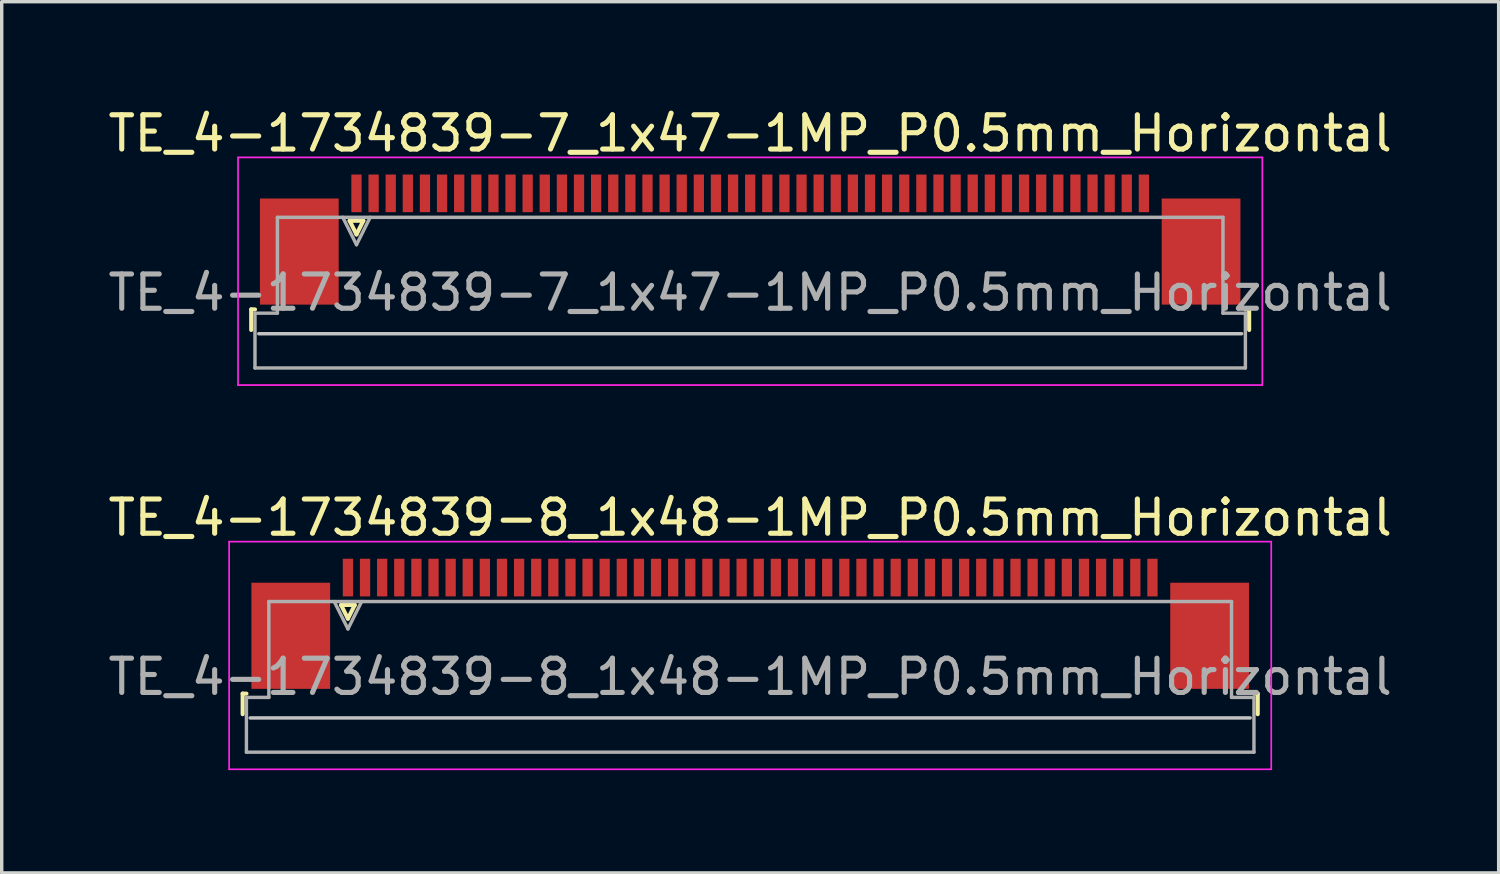
<source format=kicad_pcb>
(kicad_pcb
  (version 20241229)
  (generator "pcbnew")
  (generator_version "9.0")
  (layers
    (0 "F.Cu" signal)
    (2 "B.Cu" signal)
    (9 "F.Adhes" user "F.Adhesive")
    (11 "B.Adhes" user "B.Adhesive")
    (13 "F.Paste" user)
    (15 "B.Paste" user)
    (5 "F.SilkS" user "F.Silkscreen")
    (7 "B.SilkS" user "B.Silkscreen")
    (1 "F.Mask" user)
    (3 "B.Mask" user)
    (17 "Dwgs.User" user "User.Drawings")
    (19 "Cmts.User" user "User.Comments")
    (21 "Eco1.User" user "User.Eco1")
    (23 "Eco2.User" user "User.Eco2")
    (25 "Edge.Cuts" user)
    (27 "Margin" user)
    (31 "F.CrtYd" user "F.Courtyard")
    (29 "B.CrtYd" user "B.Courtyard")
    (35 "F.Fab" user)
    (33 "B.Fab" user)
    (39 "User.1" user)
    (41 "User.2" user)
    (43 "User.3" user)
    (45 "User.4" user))
  (footprint "TE_4-1734839-8_1x48-1MP_P0.5mm_Horizontal"
    (layer "F.Cu")
    (at 18.863 15.171)
    (property "Reference" "TE_4-1734839-8_1x48-1MP_P0.5mm_Horizontal" (at 0 -3.1 0) (layer "F.SilkS") (effects (font (size 1 1) (thickness 0.15))))
    (attr smd)
    (fp_line (start -14.825 2.04) (end -14.825 2.64) (stroke (width 0.12) (type solid)) (layer "F.SilkS"))
    (fp_line (start -14.715 2.04) (end -14.825 2.04) (stroke (width 0.12) (type solid)) (layer "F.SilkS"))
    (fp_line (start -11.95 -0.55) (end -11.75 -0.15) (stroke (width 0.12) (type solid)) (layer "F.SilkS"))
    (fp_line (start -11.75 -0.15) (end -11.55 -0.55) (stroke (width 0.12) (type solid)) (layer "F.SilkS"))
    (fp_line (start -11.55 -0.55) (end -11.95 -0.55) (stroke (width 0.12) (type solid)) (layer "F.SilkS"))
    (fp_line (start 14.715 2.04) (end 14.825 2.04) (stroke (width 0.12) (type solid)) (layer "F.SilkS"))
    (fp_line (start 14.825 2.04) (end 14.825 2.64) (stroke (width 0.12) (type solid)) (layer "F.SilkS"))
    (fp_line (start 14.605 2.75) (end -14.605 2.75) (stroke (width 0.1) (type solid)) (layer "Dwgs.User"))
    (fp_line (start -15.22 -2.4) (end -15.22 4.25) (stroke (width 0.05) (type solid)) (layer "F.CrtYd"))
    (fp_line (start -15.22 4.25) (end 15.22 4.25) (stroke (width 0.05) (type solid)) (layer "F.CrtYd"))
    (fp_line (start 15.22 -2.4) (end -15.22 -2.4) (stroke (width 0.05) (type solid)) (layer "F.CrtYd"))
    (fp_line (start 15.22 4.25) (end 15.22 -2.4) (stroke (width 0.05) (type solid)) (layer "F.CrtYd"))
    (fp_line (start -14.715 2.15) (end -14.06 2.15) (stroke (width 0.1) (type solid)) (layer "F.Fab"))
    (fp_line (start -14.715 3.75) (end -14.715 2.15) (stroke (width 0.1) (type solid)) (layer "F.Fab"))
    (fp_line (start -14.06 -0.65) (end 14.06 -0.65) (stroke (width 0.1) (type solid)) (layer "F.Fab"))
    (fp_line (start -14.06 2.15) (end -14.06 -0.65) (stroke (width 0.1) (type solid)) (layer "F.Fab"))
    (fp_line (start -12.15 -0.65) (end -11.75 0.15) (stroke (width 0.1) (type solid)) (layer "F.Fab"))
    (fp_line (start -11.75 0.15) (end -11.35 -0.65) (stroke (width 0.1) (type solid)) (layer "F.Fab"))
    (fp_line (start 14.06 -0.65) (end 14.06 2.15) (stroke (width 0.1) (type solid)) (layer "F.Fab"))
    (fp_line (start 14.06 2.15) (end 14.715 2.15) (stroke (width 0.1) (type solid)) (layer "F.Fab"))
    (fp_line (start 14.715 2.15) (end 14.715 3.75) (stroke (width 0.1) (type solid)) (layer "F.Fab"))
    (fp_line (start 14.715 3.75) (end -14.715 3.75) (stroke (width 0.1) (type solid)) (layer "F.Fab"))
    (fp_text user "${REFERENCE}" (at 0 1.55 0) (layer "F.Fab") (effects (font (size 1 1) (thickness 0.15))))
    (pad "1" smd rect (at -11.75 -1.35) (size 0.3 1.1) (layers "F.Cu" "F.Mask" "F.Paste"))
    (pad "2" smd rect (at -11.25 -1.35) (size 0.3 1.1) (layers "F.Cu" "F.Mask" "F.Paste"))
    (pad "3" smd rect (at -10.75 -1.35) (size 0.3 1.1) (layers "F.Cu" "F.Mask" "F.Paste"))
    (pad "4" smd rect (at -10.25 -1.35) (size 0.3 1.1) (layers "F.Cu" "F.Mask" "F.Paste"))
    (pad "5" smd rect (at -9.75 -1.35) (size 0.3 1.1) (layers "F.Cu" "F.Mask" "F.Paste"))
    (pad "6" smd rect (at -9.25 -1.35) (size 0.3 1.1) (layers "F.Cu" "F.Mask" "F.Paste"))
    (pad "7" smd rect (at -8.75 -1.35) (size 0.3 1.1) (layers "F.Cu" "F.Mask" "F.Paste"))
    (pad "8" smd rect (at -8.25 -1.35) (size 0.3 1.1) (layers "F.Cu" "F.Mask" "F.Paste"))
    (pad "9" smd rect (at -7.75 -1.35) (size 0.3 1.1) (layers "F.Cu" "F.Mask" "F.Paste"))
    (pad "10" smd rect (at -7.25 -1.35) (size 0.3 1.1) (layers "F.Cu" "F.Mask" "F.Paste"))
    (pad "11" smd rect (at -6.75 -1.35) (size 0.3 1.1) (layers "F.Cu" "F.Mask" "F.Paste"))
    (pad "12" smd rect (at -6.25 -1.35) (size 0.3 1.1) (layers "F.Cu" "F.Mask" "F.Paste"))
    (pad "13" smd rect (at -5.75 -1.35) (size 0.3 1.1) (layers "F.Cu" "F.Mask" "F.Paste"))
    (pad "14" smd rect (at -5.25 -1.35) (size 0.3 1.1) (layers "F.Cu" "F.Mask" "F.Paste"))
    (pad "15" smd rect (at -4.75 -1.35) (size 0.3 1.1) (layers "F.Cu" "F.Mask" "F.Paste"))
    (pad "16" smd rect (at -4.25 -1.35) (size 0.3 1.1) (layers "F.Cu" "F.Mask" "F.Paste"))
    (pad "17" smd rect (at -3.75 -1.35) (size 0.3 1.1) (layers "F.Cu" "F.Mask" "F.Paste"))
    (pad "18" smd rect (at -3.25 -1.35) (size 0.3 1.1) (layers "F.Cu" "F.Mask" "F.Paste"))
    (pad "19" smd rect (at -2.75 -1.35) (size 0.3 1.1) (layers "F.Cu" "F.Mask" "F.Paste"))
    (pad "20" smd rect (at -2.25 -1.35) (size 0.3 1.1) (layers "F.Cu" "F.Mask" "F.Paste"))
    (pad "21" smd rect (at -1.75 -1.35) (size 0.3 1.1) (layers "F.Cu" "F.Mask" "F.Paste"))
    (pad "22" smd rect (at -1.25 -1.35) (size 0.3 1.1) (layers "F.Cu" "F.Mask" "F.Paste"))
    (pad "23" smd rect (at -0.75 -1.35) (size 0.3 1.1) (layers "F.Cu" "F.Mask" "F.Paste"))
    (pad "24" smd rect (at -0.25 -1.35) (size 0.3 1.1) (layers "F.Cu" "F.Mask" "F.Paste"))
    (pad "25" smd rect (at 0.25 -1.35) (size 0.3 1.1) (layers "F.Cu" "F.Mask" "F.Paste"))
    (pad "26" smd rect (at 0.75 -1.35) (size 0.3 1.1) (layers "F.Cu" "F.Mask" "F.Paste"))
    (pad "27" smd rect (at 1.25 -1.35) (size 0.3 1.1) (layers "F.Cu" "F.Mask" "F.Paste"))
    (pad "28" smd rect (at 1.75 -1.35) (size 0.3 1.1) (layers "F.Cu" "F.Mask" "F.Paste"))
    (pad "29" smd rect (at 2.25 -1.35) (size 0.3 1.1) (layers "F.Cu" "F.Mask" "F.Paste"))
    (pad "30" smd rect (at 2.75 -1.35) (size 0.3 1.1) (layers "F.Cu" "F.Mask" "F.Paste"))
    (pad "31" smd rect (at 3.25 -1.35) (size 0.3 1.1) (layers "F.Cu" "F.Mask" "F.Paste"))
    (pad "32" smd rect (at 3.75 -1.35) (size 0.3 1.1) (layers "F.Cu" "F.Mask" "F.Paste"))
    (pad "33" smd rect (at 4.25 -1.35) (size 0.3 1.1) (layers "F.Cu" "F.Mask" "F.Paste"))
    (pad "34" smd rect (at 4.75 -1.35) (size 0.3 1.1) (layers "F.Cu" "F.Mask" "F.Paste"))
    (pad "35" smd rect (at 5.25 -1.35) (size 0.3 1.1) (layers "F.Cu" "F.Mask" "F.Paste"))
    (pad "36" smd rect (at 5.75 -1.35) (size 0.3 1.1) (layers "F.Cu" "F.Mask" "F.Paste"))
    (pad "37" smd rect (at 6.25 -1.35) (size 0.3 1.1) (layers "F.Cu" "F.Mask" "F.Paste"))
    (pad "38" smd rect (at 6.75 -1.35) (size 0.3 1.1) (layers "F.Cu" "F.Mask" "F.Paste"))
    (pad "39" smd rect (at 7.25 -1.35) (size 0.3 1.1) (layers "F.Cu" "F.Mask" "F.Paste"))
    (pad "40" smd rect (at 7.75 -1.35) (size 0.3 1.1) (layers "F.Cu" "F.Mask" "F.Paste"))
    (pad "41" smd rect (at 8.25 -1.35) (size 0.3 1.1) (layers "F.Cu" "F.Mask" "F.Paste"))
    (pad "42" smd rect (at 8.75 -1.35) (size 0.3 1.1) (layers "F.Cu" "F.Mask" "F.Paste"))
    (pad "43" smd rect (at 9.25 -1.35) (size 0.3 1.1) (layers "F.Cu" "F.Mask" "F.Paste"))
    (pad "44" smd rect (at 9.75 -1.35) (size 0.3 1.1) (layers "F.Cu" "F.Mask" "F.Paste"))
    (pad "45" smd rect (at 10.25 -1.35) (size 0.3 1.1) (layers "F.Cu" "F.Mask" "F.Paste"))
    (pad "46" smd rect (at 10.75 -1.35) (size 0.3 1.1) (layers "F.Cu" "F.Mask" "F.Paste"))
    (pad "47" smd rect (at 11.25 -1.35) (size 0.3 1.1) (layers "F.Cu" "F.Mask" "F.Paste"))
    (pad "48" smd rect (at 11.75 -1.35) (size 0.3 1.1) (layers "F.Cu" "F.Mask" "F.Paste"))
    (pad "MP" smd rect (at -13.42 0.35) (size 2.3 3.1) (layers "F.Cu" "F.Mask" "F.Paste"))
    (pad "MP" smd rect (at 13.42 0.35) (size 2.3 3.1) (layers "F.Cu" "F.Mask" "F.Paste")))
  (footprint "TE_4-1734839-7_1x47-1MP_P0.5mm_Horizontal"
    (layer "F.Cu")
    (at 18.863 3.948)
    (property "Reference" "TE_4-1734839-7_1x47-1MP_P0.5mm_Horizontal" (at 0 -3.1 0) (layer "F.SilkS") (effects (font (size 1 1) (thickness 0.15))))
    (attr smd)
    (fp_line (start -14.575 2.04) (end -14.575 2.64) (stroke (width 0.12) (type solid)) (layer "F.SilkS"))
    (fp_line (start -14.465 2.04) (end -14.575 2.04) (stroke (width 0.12) (type solid)) (layer "F.SilkS"))
    (fp_line (start -11.7 -0.55) (end -11.5 -0.15) (stroke (width 0.12) (type solid)) (layer "F.SilkS"))
    (fp_line (start -11.5 -0.15) (end -11.3 -0.55) (stroke (width 0.12) (type solid)) (layer "F.SilkS"))
    (fp_line (start -11.3 -0.55) (end -11.7 -0.55) (stroke (width 0.12) (type solid)) (layer "F.SilkS"))
    (fp_line (start 14.465 2.04) (end 14.575 2.04) (stroke (width 0.12) (type solid)) (layer "F.SilkS"))
    (fp_line (start 14.575 2.04) (end 14.575 2.64) (stroke (width 0.12) (type solid)) (layer "F.SilkS"))
    (fp_line (start 14.355 2.75) (end -14.355 2.75) (stroke (width 0.1) (type solid)) (layer "Dwgs.User"))
    (fp_line (start -14.96 -2.4) (end -14.96 4.25) (stroke (width 0.05) (type solid)) (layer "F.CrtYd"))
    (fp_line (start -14.96 4.25) (end 14.96 4.25) (stroke (width 0.05) (type solid)) (layer "F.CrtYd"))
    (fp_line (start 14.96 -2.4) (end -14.96 -2.4) (stroke (width 0.05) (type solid)) (layer "F.CrtYd"))
    (fp_line (start 14.96 4.25) (end 14.96 -2.4) (stroke (width 0.05) (type solid)) (layer "F.CrtYd"))
    (fp_line (start -14.465 2.15) (end -13.81 2.15) (stroke (width 0.1) (type solid)) (layer "F.Fab"))
    (fp_line (start -14.465 3.75) (end -14.465 2.15) (stroke (width 0.1) (type solid)) (layer "F.Fab"))
    (fp_line (start -13.81 -0.65) (end 13.81 -0.65) (stroke (width 0.1) (type solid)) (layer "F.Fab"))
    (fp_line (start -13.81 2.15) (end -13.81 -0.65) (stroke (width 0.1) (type solid)) (layer "F.Fab"))
    (fp_line (start -11.9 -0.65) (end -11.5 0.15) (stroke (width 0.1) (type solid)) (layer "F.Fab"))
    (fp_line (start -11.5 0.15) (end -11.1 -0.65) (stroke (width 0.1) (type solid)) (layer "F.Fab"))
    (fp_line (start 13.81 -0.65) (end 13.81 2.15) (stroke (width 0.1) (type solid)) (layer "F.Fab"))
    (fp_line (start 13.81 2.15) (end 14.465 2.15) (stroke (width 0.1) (type solid)) (layer "F.Fab"))
    (fp_line (start 14.465 2.15) (end 14.465 3.75) (stroke (width 0.1) (type solid)) (layer "F.Fab"))
    (fp_line (start 14.465 3.75) (end -14.465 3.75) (stroke (width 0.1) (type solid)) (layer "F.Fab"))
    (fp_text user "${REFERENCE}" (at 0 1.55 0) (layer "F.Fab") (effects (font (size 1 1) (thickness 0.15))))
    (pad "1" smd rect (at -11.5 -1.35) (size 0.3 1.1) (layers "F.Cu" "F.Mask" "F.Paste"))
    (pad "2" smd rect (at -11 -1.35) (size 0.3 1.1) (layers "F.Cu" "F.Mask" "F.Paste"))
    (pad "3" smd rect (at -10.5 -1.35) (size 0.3 1.1) (layers "F.Cu" "F.Mask" "F.Paste"))
    (pad "4" smd rect (at -10 -1.35) (size 0.3 1.1) (layers "F.Cu" "F.Mask" "F.Paste"))
    (pad "5" smd rect (at -9.5 -1.35) (size 0.3 1.1) (layers "F.Cu" "F.Mask" "F.Paste"))
    (pad "6" smd rect (at -9 -1.35) (size 0.3 1.1) (layers "F.Cu" "F.Mask" "F.Paste"))
    (pad "7" smd rect (at -8.5 -1.35) (size 0.3 1.1) (layers "F.Cu" "F.Mask" "F.Paste"))
    (pad "8" smd rect (at -8 -1.35) (size 0.3 1.1) (layers "F.Cu" "F.Mask" "F.Paste"))
    (pad "9" smd rect (at -7.5 -1.35) (size 0.3 1.1) (layers "F.Cu" "F.Mask" "F.Paste"))
    (pad "10" smd rect (at -7 -1.35) (size 0.3 1.1) (layers "F.Cu" "F.Mask" "F.Paste"))
    (pad "11" smd rect (at -6.5 -1.35) (size 0.3 1.1) (layers "F.Cu" "F.Mask" "F.Paste"))
    (pad "12" smd rect (at -6 -1.35) (size 0.3 1.1) (layers "F.Cu" "F.Mask" "F.Paste"))
    (pad "13" smd rect (at -5.5 -1.35) (size 0.3 1.1) (layers "F.Cu" "F.Mask" "F.Paste"))
    (pad "14" smd rect (at -5 -1.35) (size 0.3 1.1) (layers "F.Cu" "F.Mask" "F.Paste"))
    (pad "15" smd rect (at -4.5 -1.35) (size 0.3 1.1) (layers "F.Cu" "F.Mask" "F.Paste"))
    (pad "16" smd rect (at -4 -1.35) (size 0.3 1.1) (layers "F.Cu" "F.Mask" "F.Paste"))
    (pad "17" smd rect (at -3.5 -1.35) (size 0.3 1.1) (layers "F.Cu" "F.Mask" "F.Paste"))
    (pad "18" smd rect (at -3 -1.35) (size 0.3 1.1) (layers "F.Cu" "F.Mask" "F.Paste"))
    (pad "19" smd rect (at -2.5 -1.35) (size 0.3 1.1) (layers "F.Cu" "F.Mask" "F.Paste"))
    (pad "20" smd rect (at -2 -1.35) (size 0.3 1.1) (layers "F.Cu" "F.Mask" "F.Paste"))
    (pad "21" smd rect (at -1.5 -1.35) (size 0.3 1.1) (layers "F.Cu" "F.Mask" "F.Paste"))
    (pad "22" smd rect (at -1 -1.35) (size 0.3 1.1) (layers "F.Cu" "F.Mask" "F.Paste"))
    (pad "23" smd rect (at -0.5 -1.35) (size 0.3 1.1) (layers "F.Cu" "F.Mask" "F.Paste"))
    (pad "24" smd rect (at 0 -1.35) (size 0.3 1.1) (layers "F.Cu" "F.Mask" "F.Paste"))
    (pad "25" smd rect (at 0.5 -1.35) (size 0.3 1.1) (layers "F.Cu" "F.Mask" "F.Paste"))
    (pad "26" smd rect (at 1 -1.35) (size 0.3 1.1) (layers "F.Cu" "F.Mask" "F.Paste"))
    (pad "27" smd rect (at 1.5 -1.35) (size 0.3 1.1) (layers "F.Cu" "F.Mask" "F.Paste"))
    (pad "28" smd rect (at 2 -1.35) (size 0.3 1.1) (layers "F.Cu" "F.Mask" "F.Paste"))
    (pad "29" smd rect (at 2.5 -1.35) (size 0.3 1.1) (layers "F.Cu" "F.Mask" "F.Paste"))
    (pad "30" smd rect (at 3 -1.35) (size 0.3 1.1) (layers "F.Cu" "F.Mask" "F.Paste"))
    (pad "31" smd rect (at 3.5 -1.35) (size 0.3 1.1) (layers "F.Cu" "F.Mask" "F.Paste"))
    (pad "32" smd rect (at 4 -1.35) (size 0.3 1.1) (layers "F.Cu" "F.Mask" "F.Paste"))
    (pad "33" smd rect (at 4.5 -1.35) (size 0.3 1.1) (layers "F.Cu" "F.Mask" "F.Paste"))
    (pad "34" smd rect (at 5 -1.35) (size 0.3 1.1) (layers "F.Cu" "F.Mask" "F.Paste"))
    (pad "35" smd rect (at 5.5 -1.35) (size 0.3 1.1) (layers "F.Cu" "F.Mask" "F.Paste"))
    (pad "36" smd rect (at 6 -1.35) (size 0.3 1.1) (layers "F.Cu" "F.Mask" "F.Paste"))
    (pad "37" smd rect (at 6.5 -1.35) (size 0.3 1.1) (layers "F.Cu" "F.Mask" "F.Paste"))
    (pad "38" smd rect (at 7 -1.35) (size 0.3 1.1) (layers "F.Cu" "F.Mask" "F.Paste"))
    (pad "39" smd rect (at 7.5 -1.35) (size 0.3 1.1) (layers "F.Cu" "F.Mask" "F.Paste"))
    (pad "40" smd rect (at 8 -1.35) (size 0.3 1.1) (layers "F.Cu" "F.Mask" "F.Paste"))
    (pad "41" smd rect (at 8.5 -1.35) (size 0.3 1.1) (layers "F.Cu" "F.Mask" "F.Paste"))
    (pad "42" smd rect (at 9 -1.35) (size 0.3 1.1) (layers "F.Cu" "F.Mask" "F.Paste"))
    (pad "43" smd rect (at 9.5 -1.35) (size 0.3 1.1) (layers "F.Cu" "F.Mask" "F.Paste"))
    (pad "44" smd rect (at 10 -1.35) (size 0.3 1.1) (layers "F.Cu" "F.Mask" "F.Paste"))
    (pad "45" smd rect (at 10.5 -1.35) (size 0.3 1.1) (layers "F.Cu" "F.Mask" "F.Paste"))
    (pad "46" smd rect (at 11 -1.35) (size 0.3 1.1) (layers "F.Cu" "F.Mask" "F.Paste"))
    (pad "47" smd rect (at 11.5 -1.35) (size 0.3 1.1) (layers "F.Cu" "F.Mask" "F.Paste"))
    (pad "MP" smd rect (at -13.17 0.35) (size 2.3 3.1) (layers "F.Cu" "F.Mask" "F.Paste"))
    (pad "MP" smd rect (at 13.17 0.35) (size 2.3 3.1) (layers "F.Cu" "F.Mask" "F.Paste")))
  (gr_rect
    (start -3 -3)
    (end 40.726 22.447)
    (stroke (width 0.1) (type default))
    (fill no)
    (layer "Edge.Cuts")))
</source>
